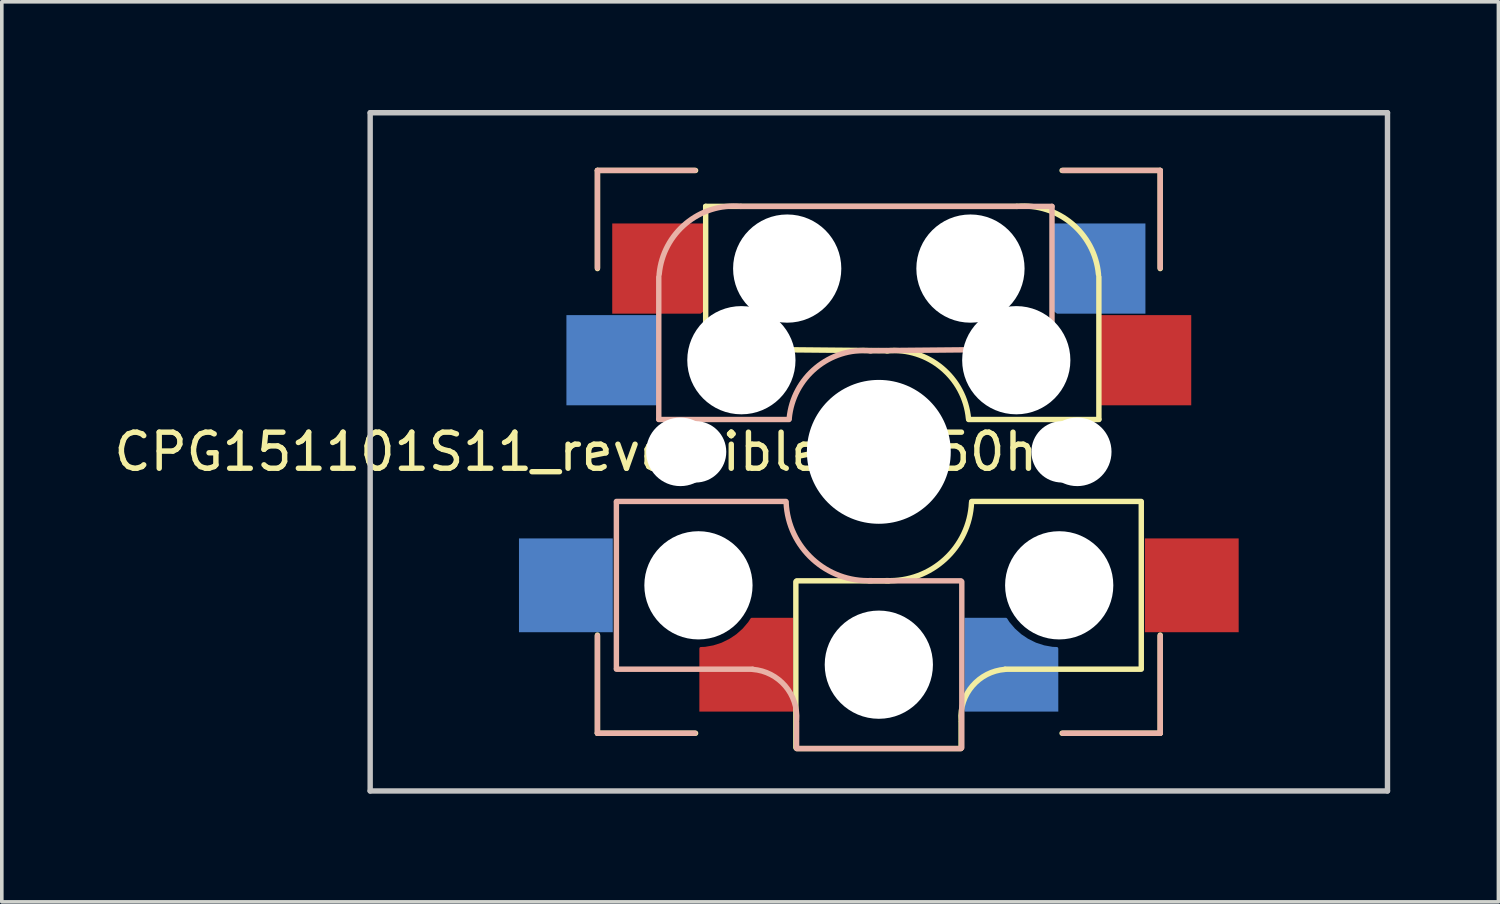
<source format=kicad_pcb>
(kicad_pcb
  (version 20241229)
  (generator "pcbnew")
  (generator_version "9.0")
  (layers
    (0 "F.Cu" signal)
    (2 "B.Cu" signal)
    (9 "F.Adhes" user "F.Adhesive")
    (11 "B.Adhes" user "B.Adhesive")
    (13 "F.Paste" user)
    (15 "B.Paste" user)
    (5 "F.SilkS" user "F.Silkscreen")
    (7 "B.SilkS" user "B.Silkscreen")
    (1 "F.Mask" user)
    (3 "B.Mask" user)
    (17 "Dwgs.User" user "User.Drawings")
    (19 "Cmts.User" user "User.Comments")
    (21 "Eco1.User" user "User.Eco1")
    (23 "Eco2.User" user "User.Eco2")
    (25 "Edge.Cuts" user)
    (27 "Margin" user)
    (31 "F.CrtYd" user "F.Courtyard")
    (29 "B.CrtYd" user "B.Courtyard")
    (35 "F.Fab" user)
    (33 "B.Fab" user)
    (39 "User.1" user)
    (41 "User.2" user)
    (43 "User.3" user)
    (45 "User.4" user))
  (footprint "CPG151101S11_reversible3_1.50h"
    (layer "F.Cu")
    (at 21.311 9.475)
    (property "Reference" "CPG151101S11_reversible3_1.50h" (at -8.4 0 180) (layer "F.SilkS") (effects (font (size 1 1) (thickness 0.15))))
    (attr through_hole)
    (fp_line (start -7.8 -7.8) (end -5.08 -7.8) (stroke (width 0.15) (type solid)) (layer "F.SilkS"))
    (fp_line (start -7.8 -5.08) (end -7.8 -7.8) (stroke (width 0.15) (type solid)) (layer "F.SilkS"))
    (fp_line (start -7.8 5.08) (end -7.8 7.8) (stroke (width 0.15) (type solid)) (layer "F.SilkS"))
    (fp_line (start -7.8 7.8) (end -5.08 7.8) (stroke (width 0.15) (type solid)) (layer "F.SilkS"))
    (fp_line (start -4.8 -6.804) (end 3.825 -6.804) (stroke (width 0.15) (type solid)) (layer "F.SilkS"))
    (fp_line (start -4.8 -2.896) (end -4.8 -6.804) (stroke (width 0.15) (type solid)) (layer "F.SilkS"))
    (fp_line (start -4.8 -2.85) (end 0.25 -2.804) (stroke (width 0.15) (type solid)) (layer "F.SilkS"))
    (fp_line (start -2.3 3.6) (end -2.3 8.2) (stroke (width 0.15) (type solid)) (layer "F.SilkS"))
    (fp_line (start -2.275 3.575) (end 0.275 3.575) (stroke (width 0.15) (type solid)) (layer "F.SilkS"))
    (fp_line (start -2.275 8.225) (end 2.275 8.225) (stroke (width 0.15) (type solid)) (layer "F.SilkS"))
    (fp_line (start 2.28 7.5) (end 2.28 8.2) (stroke (width 0.15) (type solid)) (layer "F.SilkS"))
    (fp_line (start 2.575 1.375) (end 7.275 1.375) (stroke (width 0.15) (type solid)) (layer "F.SilkS"))
    (fp_line (start 3.5 6.025) (end 7.275 6.025) (stroke (width 0.15) (type solid)) (layer "F.SilkS"))
    (fp_line (start 5.08 7.8) (end 7.8 7.8) (stroke (width 0.15) (type solid)) (layer "F.SilkS"))
    (fp_line (start 6.1 -4.85) (end 6.1 -0.905) (stroke (width 0.15) (type solid)) (layer "F.SilkS"))
    (fp_line (start 6.1 -0.896) (end 2.49 -0.896) (stroke (width 0.15) (type solid)) (layer "F.SilkS"))
    (fp_line (start 7.275 1.4) (end 7.275 6) (stroke (width 0.15) (type solid)) (layer "F.SilkS"))
    (fp_line (start 7.8 -7.8) (end 5.08 -7.8) (stroke (width 0.15) (type solid)) (layer "F.SilkS"))
    (fp_line (start 7.8 -5.08) (end 7.8 -7.8) (stroke (width 0.15) (type solid)) (layer "F.SilkS"))
    (fp_line (start 7.8 7.8) (end 7.8 5.08) (stroke (width 0.15) (type solid)) (layer "F.SilkS"))
    (fp_arc (start 0.225 -2.8) (mid 1.744361 -2.328062) (end 2.485001 -0.920001) (stroke (width 0.15) (type solid)) (layer "F.SilkS"))
    (fp_arc (start 2.279999 7.449999) (mid 2.595908 6.487329) (end 3.5 6.03) (stroke (width 0.15) (type solid)) (layer "F.SilkS"))
    (fp_arc (start 2.57 1.4) (mid 1.834422 2.975843) (end 0.2 3.57) (stroke (width 0.15) (type solid)) (layer "F.SilkS"))
    (fp_arc (start 3.825 -6.804) (mid 5.347189 -6.33089) (end 6.089 -4.92) (stroke (width 0.15) (type solid)) (layer "F.SilkS"))
    (fp_line (start -7.8 -7.8) (end -5.1 -7.8) (stroke (width 0.15) (type solid)) (layer "B.SilkS"))
    (fp_line (start -7.8 -5.1) (end -7.8 -7.8) (stroke (width 0.15) (type solid)) (layer "B.SilkS"))
    (fp_line (start -7.8 7.8) (end -7.8 5.1) (stroke (width 0.15) (type solid)) (layer "B.SilkS"))
    (fp_line (start -7.275 1.4) (end -7.275 6) (stroke (width 0.15) (type solid)) (layer "B.SilkS"))
    (fp_line (start -6.1 -4.85) (end -6.1 -0.905) (stroke (width 0.15) (type solid)) (layer "B.SilkS"))
    (fp_line (start -6.1 -0.896) (end -2.49 -0.896) (stroke (width 0.15) (type solid)) (layer "B.SilkS"))
    (fp_line (start -5.1 7.8) (end -7.8 7.8) (stroke (width 0.15) (type solid)) (layer "B.SilkS"))
    (fp_line (start -3.5 6.025) (end -7.275 6.025) (stroke (width 0.15) (type solid)) (layer "B.SilkS"))
    (fp_line (start -2.575 1.375) (end -7.275 1.375) (stroke (width 0.15) (type solid)) (layer "B.SilkS"))
    (fp_line (start -2.28 7.5) (end -2.28 8.2) (stroke (width 0.15) (type solid)) (layer "B.SilkS"))
    (fp_line (start 2.275 3.575) (end -0.275 3.575) (stroke (width 0.15) (type solid)) (layer "B.SilkS"))
    (fp_line (start 2.275 8.225) (end -2.275 8.225) (stroke (width 0.15) (type solid)) (layer "B.SilkS"))
    (fp_line (start 2.3 3.6) (end 2.3 8.2) (stroke (width 0.15) (type solid)) (layer "B.SilkS"))
    (fp_line (start 4.8 -6.804) (end -3.825 -6.804) (stroke (width 0.15) (type solid)) (layer "B.SilkS"))
    (fp_line (start 4.8 -2.896) (end 4.8 -6.804) (stroke (width 0.15) (type solid)) (layer "B.SilkS"))
    (fp_line (start 4.8 -2.85) (end -0.25 -2.804) (stroke (width 0.15) (type solid)) (layer "B.SilkS"))
    (fp_line (start 5.1 -7.8) (end 7.8 -7.8) (stroke (width 0.15) (type solid)) (layer "B.SilkS"))
    (fp_line (start 7.8 -7.8) (end 7.8 -5.1) (stroke (width 0.15) (type solid)) (layer "B.SilkS"))
    (fp_line (start 7.8 5.1) (end 7.8 7.8) (stroke (width 0.15) (type solid)) (layer "B.SilkS"))
    (fp_line (start 7.8 7.8) (end 5.1 7.8) (stroke (width 0.15) (type solid)) (layer "B.SilkS"))
    (fp_arc (start -6.089 -4.92) (mid -5.347189 -6.33089) (end -3.825 -6.804) (stroke (width 0.15) (type solid)) (layer "B.SilkS"))
    (fp_arc (start -3.5 6.03) (mid -2.595908 6.48733) (end -2.28 7.45) (stroke (width 0.15) (type solid)) (layer "B.SilkS"))
    (fp_arc (start -2.484999 -0.920001) (mid -1.74436 -2.328062) (end -0.225 -2.8) (stroke (width 0.15) (type solid)) (layer "B.SilkS"))
    (fp_arc (start -0.2 3.57) (mid -1.834422 2.975843) (end -2.57 1.4) (stroke (width 0.15) (type solid)) (layer "B.SilkS"))
    (fp_line (start -14.1 -9.4) (end 14.1 -9.4) (stroke (width 0.15) (type solid)) (layer "Dwgs.User"))
    (fp_line (start -14.1 9.4) (end -14.1 -9.4) (stroke (width 0.15) (type solid)) (layer "Dwgs.User"))
    (fp_line (start 14.1 -9.4) (end 14.1 9.4) (stroke (width 0.15) (type solid)) (layer "Dwgs.User"))
    (fp_line (start 14.1 9.4) (end -14.1 9.4) (stroke (width 0.15) (type solid)) (layer "Dwgs.User"))
    (fp_line (start -7 7) (end -7 -7) (stroke (width 0.15) (type solid)) (layer "Eco2.User"))
    (fp_line (start -7 7) (end 7 7) (stroke (width 0.15) (type solid)) (layer "Eco2.User"))
    (fp_line (start 7 -7) (end -7 -7) (stroke (width 0.15) (type solid)) (layer "Eco2.User"))
    (fp_line (start 7 -7) (end 7 7) (stroke (width 0.15) (type solid)) (layer "Eco2.User"))
    (pad "" np_thru_hole circle (at -5.5 0) (size 1.9 1.9) (drill 1.9) (layers "*.Cu" "*.Mask"))
    (pad "" np_thru_hole circle (at -5.08 0) (size 1.702 1.702) (drill 1.702) (layers "*.Cu" "*.Mask"))
    (pad "" np_thru_hole circle (at -5 3.7) (size 3 3) (drill 3) (layers "*.Cu" "*.Mask"))
    (pad "" np_thru_hole circle (at -3.81 -2.54) (size 3 3) (drill 3) (layers "*.Cu" "*.Mask"))
    (pad "" np_thru_hole circle (at -2.54 -5.08) (size 3 3) (drill 3) (layers "*.Cu" "*.Mask"))
    (pad "" np_thru_hole circle (at 0 0) (size 3.988 3.988) (drill 3.988) (layers "*.Cu" "*.Mask"))
    (pad "" np_thru_hole circle (at 0 5.9 90) (size 3 3) (drill 3) (layers "*.Cu" "*.Mask"))
    (pad "" np_thru_hole circle (at 2.54 -5.08) (size 3 3) (drill 3) (layers "*.Cu" "*.Mask"))
    (pad "" np_thru_hole circle (at 3.81 -2.54) (size 3 3) (drill 3) (layers "*.Cu" "*.Mask"))
    (pad "" np_thru_hole circle (at 5 3.7) (size 3 3) (drill 3) (layers "*.Cu" "*.Mask"))
    (pad "" np_thru_hole circle (at 5.08 0) (size 1.702 1.702) (drill 1.702) (layers "*.Cu" "*.Mask"))
    (pad "" np_thru_hole circle (at 5.5 0) (size 1.9 1.9) (drill 1.9) (layers "*.Cu" "*.Mask"))
    (pad "1" smd rect (at -8.675 3.7) (size 2.6 2.6) (layers "B.Cu" "B.Mask" "B.Paste"))
    (pad "1" smd rect (at -7.385 -2.54) (size 2.55 2.5) (layers "B.Cu" "B.Mask" "B.Paste"))
    (pad "1" smd custom (at -6.115 -5.08) (size 1.8 1.8) (layers "F.Cu" "F.Mask" "F.Paste") (options (anchor rect)) (primitives (gr_poly (pts (xy 1.275 -1.25) (xy 1.275 1.175) (xy 1.175 1.25) (xy -1.275 1.25) (xy -1.275 -1.25)) (width 0) (fill yes))))
    (pad "1" smd rect (at 8.675 3.7) (size 2.6 2.6) (layers "F.Cu" "F.Mask" "F.Paste"))
    (pad "2" smd custom (at -3.675 5.9) (size 1.2 1.2) (layers "F.Cu" "F.Mask" "F.Paste") (options (anchor rect)) (primitives (gr_poly (pts (xy 0.15 -1.3) (xy -0.05 -1) (xy -0.3 -0.8) (xy -0.7 -0.6) (xy -0.95 -0.5) (xy -1.3 -0.44) (xy -1.3 1.3) (xy 1.3 1.3) (xy 1.3 -1.3)) (width 0) (fill yes)) (gr_arc (start 0.152398 -1.259777) (mid -0.453976 -0.680776) (end -1.26 -0.45) (width 0.08))))
    (pad "2" smd custom (at 3.675 5.9 180) (size 1.2 1.2) (layers "B.Cu" "B.Mask" "B.Paste") (options (anchor rect)) (primitives (gr_poly (pts (xy 0.15 1.3) (xy -0.05 1) (xy -0.3 0.8) (xy -0.7 0.6) (xy -0.95 0.5) (xy -1.3 0.44) (xy -1.3 -1.3) (xy 1.3 -1.3) (xy 1.3 1.3)) (width 0) (fill yes)) (gr_arc (start -1.26 0.45) (mid -0.453976 0.680776) (end 0.152398 1.259777) (width 0.08))))
    (pad "2" smd custom (at 6.115 -5.08 180) (size 1.8 1.8) (layers "B.Cu" "B.Mask" "B.Paste") (options (anchor rect)) (primitives (gr_poly (pts (xy 1.275 1.25) (xy 1.275 -1.175) (xy 1.175 -1.25) (xy -1.275 -1.25) (xy -1.275 1.25)) (width 0) (fill yes))))
    (pad "2" smd rect (at 7.385 -2.54) (size 2.55 2.5) (layers "F.Cu" "F.Mask" "F.Paste")))
  (gr_rect
    (start -3 -3)
    (end 38.486 21.95)
    (stroke (width 0.1) (type default))
    (fill no)
    (layer "Edge.Cuts")))
</source>
